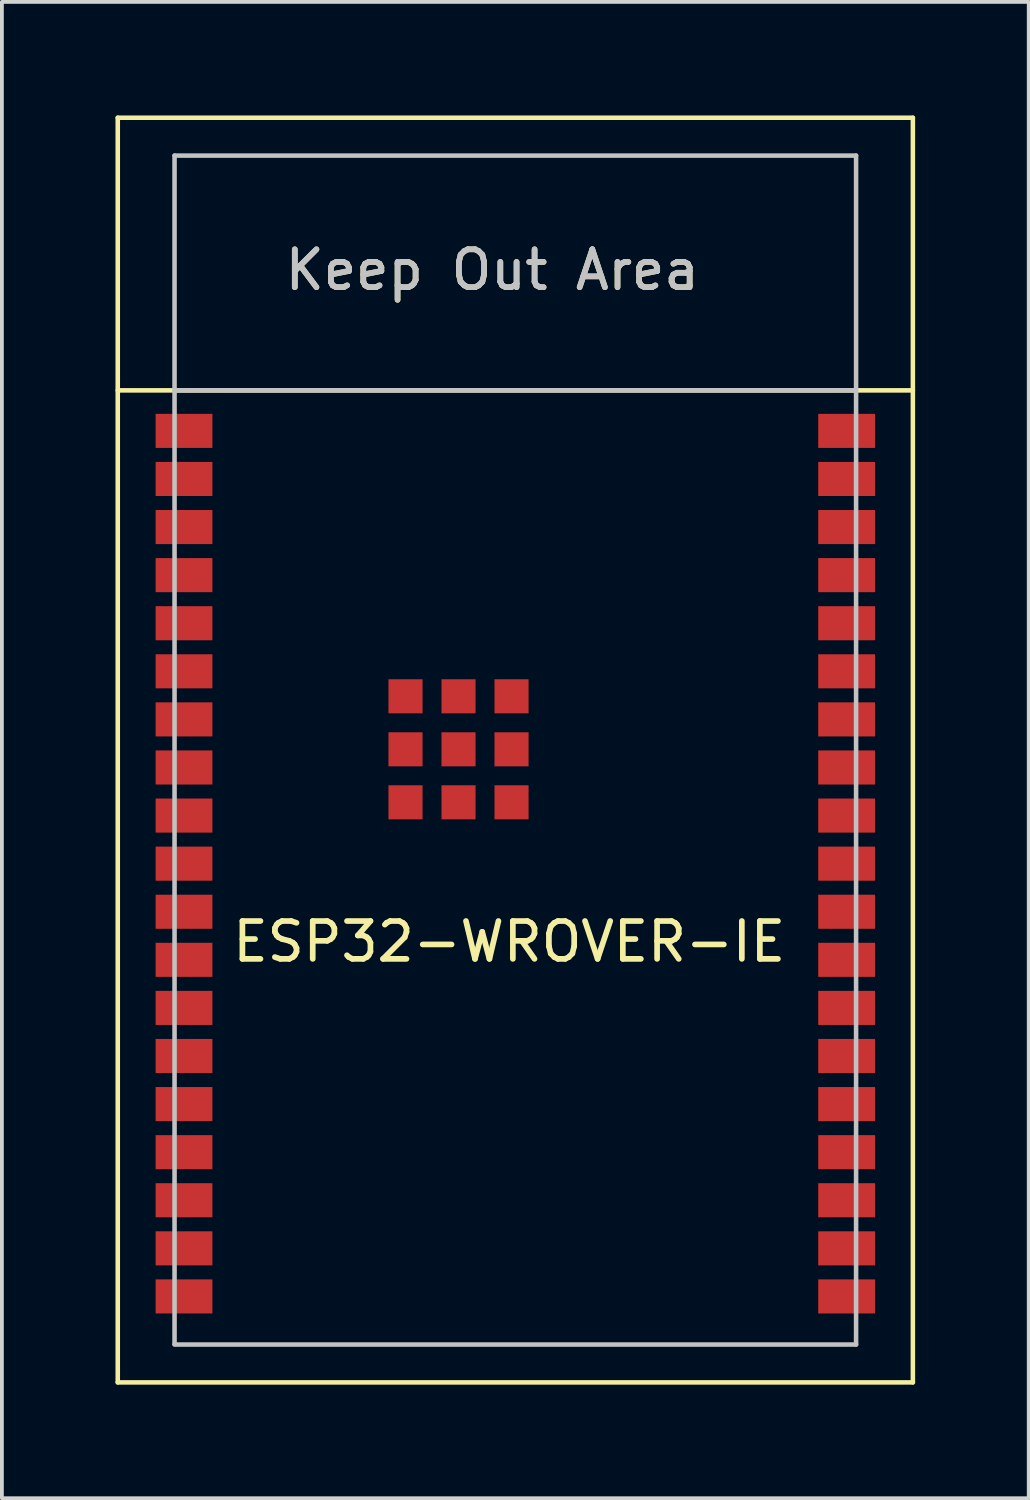
<source format=kicad_pcb>
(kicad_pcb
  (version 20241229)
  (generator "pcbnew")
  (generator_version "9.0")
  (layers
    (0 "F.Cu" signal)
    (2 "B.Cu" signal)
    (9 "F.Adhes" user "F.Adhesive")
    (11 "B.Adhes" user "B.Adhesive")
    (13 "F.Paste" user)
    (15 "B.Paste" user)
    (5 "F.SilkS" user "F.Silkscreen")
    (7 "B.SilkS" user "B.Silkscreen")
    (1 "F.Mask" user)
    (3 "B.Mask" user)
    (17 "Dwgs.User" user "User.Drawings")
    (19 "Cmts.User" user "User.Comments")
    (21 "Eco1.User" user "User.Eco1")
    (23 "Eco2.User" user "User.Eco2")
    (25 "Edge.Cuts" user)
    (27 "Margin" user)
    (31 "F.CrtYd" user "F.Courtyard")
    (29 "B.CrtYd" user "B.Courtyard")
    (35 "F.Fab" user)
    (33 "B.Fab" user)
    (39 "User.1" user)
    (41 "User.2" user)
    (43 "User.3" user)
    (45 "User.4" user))
  (footprint "ESP32-WROVER-IE"
    (layer "F.Cu")
    (at 10.56 19.76)
    (property "Reference" "ESP32-WROVER-IE" (at -0.16 2.06 0) (layer "F.SilkS") (effects (font (size 1 1) (thickness 0.15))))
    (attr through_hole)
    (fp_line (start -10.5 -19.7) (end -10.5 13.7) (stroke (width 0.12) (type solid)) (layer "F.SilkS"))
    (fp_line (start -10.5 13.7) (end 10.5 13.7) (stroke (width 0.12) (type solid)) (layer "F.SilkS"))
    (fp_line (start 10.5 -19.7) (end -10.5 -19.7) (stroke (width 0.12) (type solid)) (layer "F.SilkS"))
    (fp_line (start 10.5 -12.5) (end -10.5 -12.5) (stroke (width 0.12) (type solid)) (layer "F.SilkS"))
    (fp_line (start 10.5 13.7) (end 10.5 -19.7) (stroke (width 0.12) (type solid)) (layer "F.SilkS"))
    (fp_line (start -9 -18.7) (end -9 12.69) (stroke (width 0.12) (type solid)) (layer "Dwgs.User"))
    (fp_line (start -9 12.7) (end 9 12.7) (stroke (width 0.12) (type solid)) (layer "Dwgs.User"))
    (fp_line (start 9 -18.7) (end -9 -18.7) (stroke (width 0.12) (type solid)) (layer "Dwgs.User"))
    (fp_line (start 9 -18.7) (end 9 12.7) (stroke (width 0.12) (type solid)) (layer "Dwgs.User"))
    (fp_line (start 9 -12.5) (end -9 -12.5) (stroke (width 0.12) (type solid)) (layer "Dwgs.User"))
    (fp_text user "Keep Out Area" (at -0.61 -15.68 0) (layer "F.SilkS") (effects (font (size 1 1) (thickness 0.15))))
    (fp_text user "Keep Out Area" (at -0.61 -15.68 0) (layer "Dwgs.User") (effects (font (size 1 1) (thickness 0.15))))
    (pad "1" smd rect (at -8.75 -11.43) (size 1.5 0.9) (layers "F.Cu" "F.Mask" "F.Paste"))
    (pad "2" smd rect (at -8.75 -10.16) (size 1.5 0.9) (layers "F.Cu" "F.Mask" "F.Paste"))
    (pad "3" smd rect (at -8.75 -8.89) (size 1.5 0.9) (layers "F.Cu" "F.Mask" "F.Paste"))
    (pad "4" smd rect (at -8.75 -7.62) (size 1.5 0.9) (layers "F.Cu" "F.Mask" "F.Paste"))
    (pad "5" smd rect (at -8.75 -6.35) (size 1.5 0.9) (layers "F.Cu" "F.Mask" "F.Paste"))
    (pad "6" smd rect (at -8.75 -5.08) (size 1.5 0.9) (layers "F.Cu" "F.Mask" "F.Paste"))
    (pad "7" smd rect (at -8.75 -3.81) (size 1.5 0.9) (layers "F.Cu" "F.Mask" "F.Paste"))
    (pad "8" smd rect (at -8.75 -2.54) (size 1.5 0.9) (layers "F.Cu" "F.Mask" "F.Paste"))
    (pad "9" smd rect (at -8.75 -1.27) (size 1.5 0.9) (layers "F.Cu" "F.Mask" "F.Paste"))
    (pad "10" smd rect (at -8.75 0) (size 1.5 0.9) (layers "F.Cu" "F.Mask" "F.Paste"))
    (pad "11" smd rect (at -8.75 1.27) (size 1.5 0.9) (layers "F.Cu" "F.Mask" "F.Paste"))
    (pad "12" smd rect (at -8.75 2.54) (size 1.5 0.9) (layers "F.Cu" "F.Mask" "F.Paste"))
    (pad "13" smd rect (at -8.75 3.81) (size 1.5 0.9) (layers "F.Cu" "F.Mask" "F.Paste"))
    (pad "14" smd rect (at -8.75 5.08) (size 1.5 0.9) (layers "F.Cu" "F.Mask" "F.Paste"))
    (pad "15" smd rect (at -8.75 6.35) (size 1.5 0.9) (layers "F.Cu" "F.Mask" "F.Paste"))
    (pad "16" smd rect (at -8.75 7.62) (size 1.5 0.9) (layers "F.Cu" "F.Mask" "F.Paste"))
    (pad "17" smd rect (at -8.75 8.89) (size 1.5 0.9) (layers "F.Cu" "F.Mask" "F.Paste"))
    (pad "18" smd rect (at -8.75 10.16) (size 1.5 0.9) (layers "F.Cu" "F.Mask" "F.Paste"))
    (pad "19" smd rect (at -8.75 11.43) (size 1.5 0.9) (layers "F.Cu" "F.Mask" "F.Paste"))
    (pad "20" smd rect (at 8.75 11.43) (size 1.5 0.9) (layers "F.Cu" "F.Mask" "F.Paste"))
    (pad "21" smd rect (at 8.75 10.16) (size 1.5 0.9) (layers "F.Cu" "F.Mask" "F.Paste"))
    (pad "22" smd rect (at 8.75 8.89) (size 1.5 0.9) (layers "F.Cu" "F.Mask" "F.Paste"))
    (pad "23" smd rect (at 8.75 7.62) (size 1.5 0.9) (layers "F.Cu" "F.Mask" "F.Paste"))
    (pad "24" smd rect (at 8.75 6.35) (size 1.5 0.9) (layers "F.Cu" "F.Mask" "F.Paste"))
    (pad "25" smd rect (at 8.75 5.08) (size 1.5 0.9) (layers "F.Cu" "F.Mask" "F.Paste"))
    (pad "26" smd rect (at 8.75 3.81) (size 1.5 0.9) (layers "F.Cu" "F.Mask" "F.Paste"))
    (pad "27" smd rect (at 8.75 2.54) (size 1.5 0.9) (layers "F.Cu" "F.Mask" "F.Paste"))
    (pad "28" smd rect (at 8.75 1.27) (size 1.5 0.9) (layers "F.Cu" "F.Mask" "F.Paste"))
    (pad "29" smd rect (at 8.75 0) (size 1.5 0.9) (layers "F.Cu" "F.Mask" "F.Paste"))
    (pad "30" smd rect (at 8.75 -1.27) (size 1.5 0.9) (layers "F.Cu" "F.Mask" "F.Paste"))
    (pad "31" smd rect (at 8.75 -2.54) (size 1.5 0.9) (layers "F.Cu" "F.Mask" "F.Paste"))
    (pad "32" smd rect (at 8.75 -3.81) (size 1.5 0.9) (layers "F.Cu" "F.Mask" "F.Paste"))
    (pad "33" smd rect (at 8.75 -5.08) (size 1.5 0.9) (layers "F.Cu" "F.Mask" "F.Paste"))
    (pad "34" smd rect (at 8.75 -6.35) (size 1.5 0.9) (layers "F.Cu" "F.Mask" "F.Paste"))
    (pad "35" smd rect (at 8.75 -7.62) (size 1.5 0.9) (layers "F.Cu" "F.Mask" "F.Paste"))
    (pad "36" smd rect (at 8.75 -8.89) (size 1.5 0.9) (layers "F.Cu" "F.Mask" "F.Paste"))
    (pad "37" smd rect (at 8.75 -10.16) (size 1.5 0.9) (layers "F.Cu" "F.Mask" "F.Paste"))
    (pad "38" smd rect (at 8.75 -11.43) (size 1.5 0.9) (layers "F.Cu" "F.Mask" "F.Paste"))
    (pad "39" smd rect (at -2.9 -4.42) (size 0.9 0.9) (layers "F.Cu" "F.Mask" "F.Paste"))
    (pad "39" smd rect (at -2.9 -3.02) (size 0.9 0.9) (layers "F.Cu" "F.Mask" "F.Paste"))
    (pad "39" smd rect (at -2.9 -1.62) (size 0.9 0.9) (layers "F.Cu" "F.Mask" "F.Paste"))
    (pad "39" smd rect (at -1.5 -4.42) (size 0.9 0.9) (layers "F.Cu" "F.Mask" "F.Paste"))
    (pad "39" smd rect (at -1.5 -3.02) (size 0.9 0.9) (layers "F.Cu" "F.Mask" "F.Paste"))
    (pad "39" smd rect (at -1.5 -1.62) (size 0.9 0.9) (layers "F.Cu" "F.Mask" "F.Paste"))
    (pad "39" smd rect (at -0.1 -4.42) (size 0.9 0.9) (layers "F.Cu" "F.Mask" "F.Paste"))
    (pad "39" smd rect (at -0.1 -3.02) (size 0.9 0.9) (layers "F.Cu" "F.Mask" "F.Paste"))
    (pad "39" smd rect (at -0.1 -1.62) (size 0.9 0.9) (layers "F.Cu" "F.Mask" "F.Paste")))
  (gr_rect
    (start -3 -3)
    (end 24.12 36.52)
    (stroke (width 0.1) (type default))
    (fill no)
    (layer "Edge.Cuts")))
</source>
